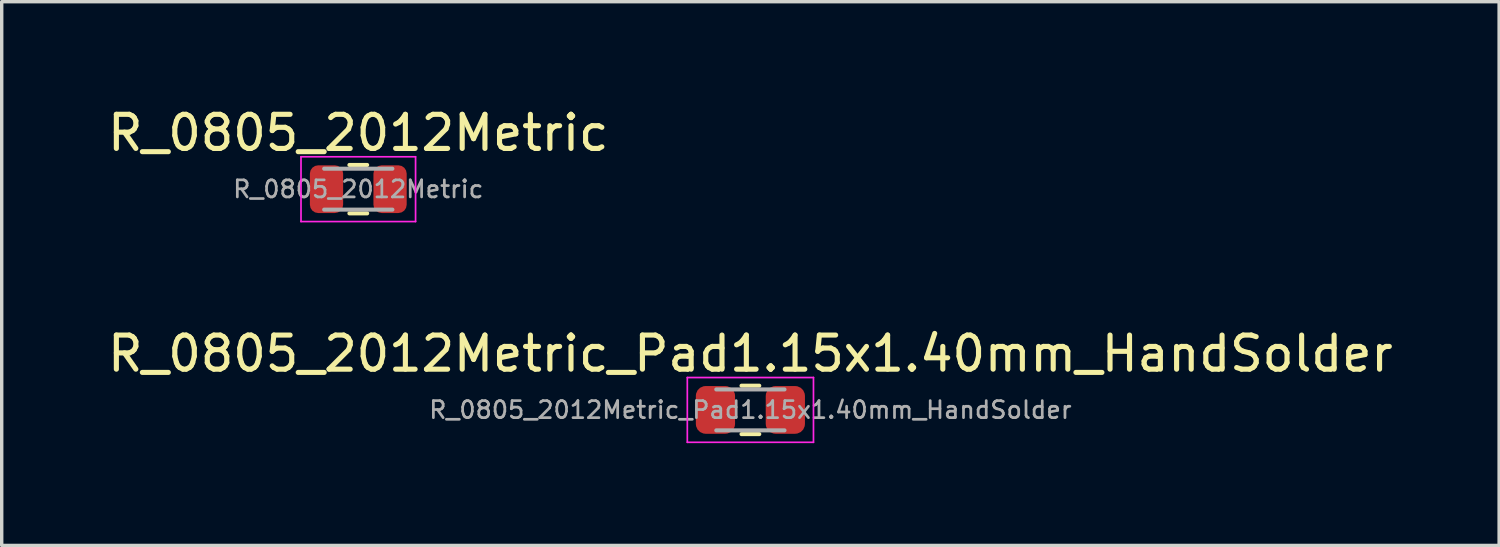
<source format=kicad_pcb>
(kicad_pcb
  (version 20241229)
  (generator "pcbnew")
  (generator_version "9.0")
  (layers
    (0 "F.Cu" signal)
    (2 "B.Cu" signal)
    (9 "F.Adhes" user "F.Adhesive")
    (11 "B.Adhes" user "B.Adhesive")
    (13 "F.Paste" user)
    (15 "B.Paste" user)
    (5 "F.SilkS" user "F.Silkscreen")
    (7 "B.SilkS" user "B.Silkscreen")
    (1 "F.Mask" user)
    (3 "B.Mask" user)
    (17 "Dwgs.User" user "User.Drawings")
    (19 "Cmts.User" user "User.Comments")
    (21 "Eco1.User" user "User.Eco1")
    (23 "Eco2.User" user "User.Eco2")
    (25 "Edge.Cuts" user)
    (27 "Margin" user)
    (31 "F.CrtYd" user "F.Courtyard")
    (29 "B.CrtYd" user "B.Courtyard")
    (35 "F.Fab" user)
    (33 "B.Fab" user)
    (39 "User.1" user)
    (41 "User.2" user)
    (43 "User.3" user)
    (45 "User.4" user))
  (footprint "R_0805_2012Metric_Pad1.15x1.40mm_HandSolder"
    (layer "F.Cu")
    (at 18.958 8.972)
    (property "Reference" "R_0805_2012Metric_Pad1.15x1.40mm_HandSolder" (at 0 -1.65 0) (layer "F.SilkS") (effects (font (size 1 1) (thickness 0.15))))
    (attr smd)
    (fp_line (start -0.26 -0.71) (end 0.26 -0.71) (stroke (width 0.12) (type solid)) (layer "F.SilkS"))
    (fp_line (start -0.26 0.71) (end 0.26 0.71) (stroke (width 0.12) (type solid)) (layer "F.SilkS"))
    (fp_line (start -1.85 -0.95) (end -1.85 0.95) (stroke (width 0.05) (type solid)) (layer "F.CrtYd"))
    (fp_line (start 1.85 -0.95) (end -1.85 -0.95) (stroke (width 0.05) (type solid)) (layer "F.CrtYd"))
    (fp_line (start 1.85 -0.95) (end 1.85 0.95) (stroke (width 0.05) (type solid)) (layer "F.CrtYd"))
    (fp_line (start 1.85 0.95) (end -1.85 0.95) (stroke (width 0.05) (type solid)) (layer "F.CrtYd"))
    (fp_line (start -1 -0.6) (end 1 -0.6) (stroke (width 0.12) (type solid)) (layer "F.Fab"))
    (fp_line (start -1 0.6) (end 1 0.6) (stroke (width 0.12) (type solid)) (layer "F.Fab"))
    (fp_text user "${REFERENCE}" (at 0 0 0) (layer "F.Fab") (effects (font (size 0.5 0.5) (thickness 0.08))))
    (pad "1" smd roundrect (at -1.025 0) (size 1.15 1.4) (layers "F.Cu" "F.Mask" "F.Paste") (roundrect_rratio 0.25))
    (pad "2" smd roundrect (at 1.025 0) (size 1.15 1.4) (layers "F.Cu" "F.Mask" "F.Paste") (roundrect_rratio 0.25)))
  (footprint "R_0805_2012Metric"
    (layer "F.Cu")
    (at 7.458 2.498)
    (property "Reference" "R_0805_2012Metric" (at 0 -1.65 0) (layer "F.SilkS") (effects (font (size 1 1) (thickness 0.15))))
    (attr smd)
    (fp_line (start -0.26 -0.71) (end 0.26 -0.71) (stroke (width 0.12) (type solid)) (layer "F.SilkS"))
    (fp_line (start -0.26 0.71) (end 0.26 0.71) (stroke (width 0.12) (type solid)) (layer "F.SilkS"))
    (fp_line (start -1.68 -0.95) (end -1.68 0.95) (stroke (width 0.05) (type solid)) (layer "F.CrtYd"))
    (fp_line (start 1.68 -0.95) (end -1.68 -0.95) (stroke (width 0.05) (type solid)) (layer "F.CrtYd"))
    (fp_line (start 1.68 -0.95) (end 1.68 0.95) (stroke (width 0.05) (type solid)) (layer "F.CrtYd"))
    (fp_line (start 1.68 0.95) (end -1.68 0.95) (stroke (width 0.05) (type solid)) (layer "F.CrtYd"))
    (fp_line (start -1 -0.6) (end 1 -0.6) (stroke (width 0.12) (type solid)) (layer "F.Fab"))
    (fp_line (start -1 0.6) (end 1 0.6) (stroke (width 0.12) (type solid)) (layer "F.Fab"))
    (fp_text user "${REFERENCE}" (at 0 0 0) (layer "F.Fab") (effects (font (size 0.5 0.5) (thickness 0.08))))
    (pad "1" smd roundrect (at -0.932 0) (size 0.975 1.4) (layers "F.Cu" "F.Mask" "F.Paste") (roundrect_rratio 0.25))
    (pad "2" smd roundrect (at 0.932 0) (size 0.975 1.4) (layers "F.Cu" "F.Mask" "F.Paste") (roundrect_rratio 0.25)))
  (gr_rect
    (start -3 -3)
    (end 40.917 12.947)
    (stroke (width 0.1) (type default))
    (fill no)
    (layer "Edge.Cuts")))
</source>
